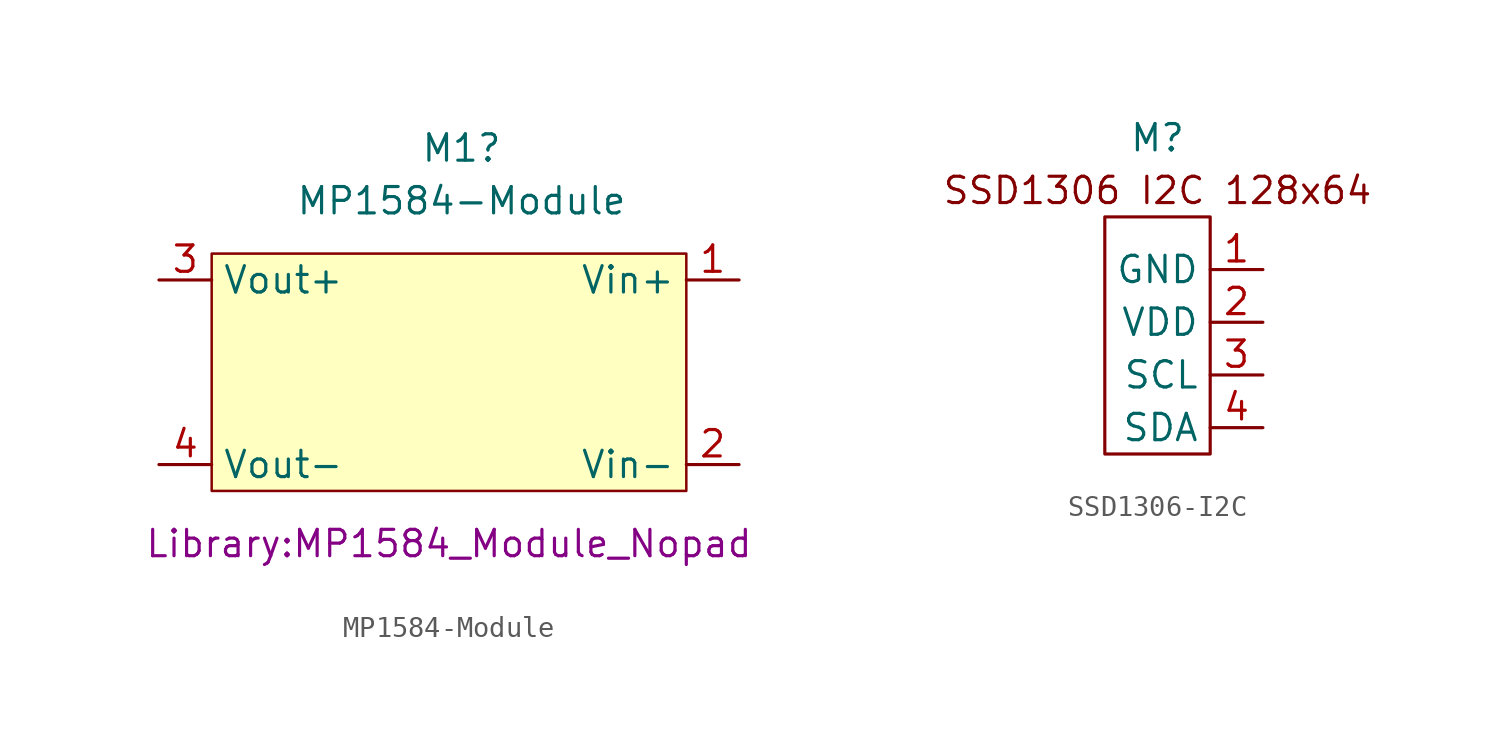
<source format=kicad_sym>
(kicad_symbol_lib
  (version 20220914)
  (generator kicad_symbol_editor)
  (symbol "MP1584-Module"
    (property "Reference" "M1"
      (at 0.605 11.43 0)
      (effects (font (size 1.27 1.27))))
    (property "Value" "MP1584-Module"
      (at 0.605 8.89 0)
      (effects (font (size 1.27 1.27))))
    (property "Footprint" "Library:MP1584_Module_Nopad"
      (at 0 -7.62 0)
      (effects (font (size 1.27 1.27))))
    (symbol "MP1584-Module_0_1"
      (polyline (pts (xy -11.43 6.35) (xy 11.43 6.35) (xy 11.43 -5.08) (xy -11.43 -5.08) (xy -11.43 6.35)) (stroke (width 0.12) (type default)) (fill (type background))))
    (symbol "MP1584-Module_1_1"
      (pin power_in line (at 13.97 5.08 180) (length 2.54) (name "Vin+" (effects (font (size 1.27 1.27)))) (number "1" (effects (font (size 1.27 1.27)))))
      (pin power_in line (at 13.97 -3.81 180) (length 2.54) (name "Vin-" (effects (font (size 1.27 1.27)))) (number "2" (effects (font (size 1.27 1.27)))))
      (pin power_out line (at -13.97 5.08 0) (length 2.54) (name "Vout+" (effects (font (size 1.27 1.27)))) (number "3" (effects (font (size 1.27 1.27)))))
      (pin power_out line (at -13.97 -3.81 0) (length 2.54) (name "Vout-" (effects (font (size 1.27 1.27)))) (number "4" (effects (font (size 1.27 1.27)))))))
  (symbol "SSD1306-I2C"
    (property "Reference" "M"
      (at 0 7.62 0)
      (effects (font (size 1.27 1.27))))
    (property "Value" ""
      (at 1.27 0 0)
      (effects (font (size 1.27 1.27))))
    (symbol "SSD1306-I2C_0_1"
      (rectangle (start -2.54 3.81) (end 2.54 -7.62) (stroke (width 0) (type default)) (fill (type none))))
    (symbol "SSD1306-I2C_1_1"
      (text "SSD1306 I2C 128x64" (at 0 5.08 0) (effects (font (size 1.27 1.27))))
      (pin input line (at 5.08 1.27 180) (length 2.54) (name "GND" (effects (font (size 1.27 1.27)))) (number "1" (effects (font (size 1.27 1.27)))))
      (pin input line (at 5.08 -1.27 180) (length 2.54) (name "VDD" (effects (font (size 1.27 1.27)))) (number "2" (effects (font (size 1.27 1.27)))))
      (pin input line (at 5.08 -3.81 180) (length 2.54) (name "SCL" (effects (font (size 1.27 1.27)))) (number "3" (effects (font (size 1.27 1.27)))))
      (pin input line (at 5.08 -6.35 180) (length 2.54) (name "SDA" (effects (font (size 1.27 1.27)))) (number "4" (effects (font (size 1.27 1.27))))))))
</source>
